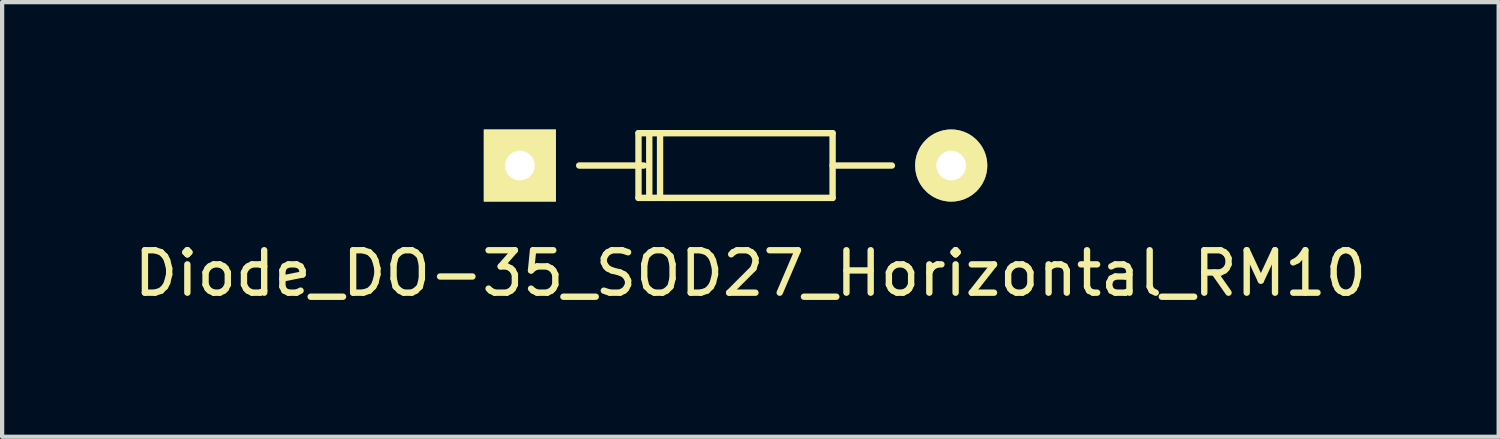
<source format=kicad_pcb>
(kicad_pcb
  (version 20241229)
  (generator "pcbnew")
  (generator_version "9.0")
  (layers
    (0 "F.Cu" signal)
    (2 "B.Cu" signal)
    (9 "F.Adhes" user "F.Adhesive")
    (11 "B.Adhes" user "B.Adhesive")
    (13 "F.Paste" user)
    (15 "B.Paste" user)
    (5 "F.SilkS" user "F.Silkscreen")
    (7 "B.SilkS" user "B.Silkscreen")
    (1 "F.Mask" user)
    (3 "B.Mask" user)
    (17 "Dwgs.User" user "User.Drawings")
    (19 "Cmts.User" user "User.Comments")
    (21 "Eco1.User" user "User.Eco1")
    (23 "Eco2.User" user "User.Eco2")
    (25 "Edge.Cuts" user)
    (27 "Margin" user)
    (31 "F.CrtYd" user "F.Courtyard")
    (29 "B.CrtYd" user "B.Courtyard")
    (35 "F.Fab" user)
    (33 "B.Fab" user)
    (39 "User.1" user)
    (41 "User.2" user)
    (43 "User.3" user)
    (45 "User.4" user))
  (footprint "Diode_DO-35_SOD27_Horizontal_RM10"
    (layer "F.Cu")
    (at 9.194 0.852)
    (property "Reference" "Diode_DO-35_SOD27_Horizontal_RM10" (at 5.431 2.537 0) (layer "F.SilkS") (effects (font (size 1 1) (thickness 0.15))))
    (attr through_hole)
    (fp_line (start 2.795 -0.765) (end 2.795 -0.003) (stroke (width 0.15) (type solid)) (layer "F.SilkS"))
    (fp_line (start 2.795 -0.003) (end 2.795 0.759) (stroke (width 0.15) (type solid)) (layer "F.SilkS"))
    (fp_line (start 2.795 0.759) (end 7.367 0.759) (stroke (width 0.15) (type solid)) (layer "F.SilkS"))
    (fp_line (start 2.922 -0.003) (end 1.398 -0.003) (stroke (width 0.15) (type solid)) (layer "F.SilkS"))
    (fp_line (start 3.049 -0.765) (end 3.049 0.759) (stroke (width 0.15) (type solid)) (layer "F.SilkS"))
    (fp_line (start 3.303 -0.765) (end 3.303 0.759) (stroke (width 0.15) (type solid)) (layer "F.SilkS"))
    (fp_line (start 7.367 -0.765) (end 2.795 -0.765) (stroke (width 0.15) (type solid)) (layer "F.SilkS"))
    (fp_line (start 7.367 -0.003) (end 8.764 -0.003) (stroke (width 0.15) (type solid)) (layer "F.SilkS"))
    (fp_line (start 7.367 0.759) (end 7.367 -0.765) (stroke (width 0.15) (type solid)) (layer "F.SilkS"))
    (pad "1" thru_hole circle (at 10.161 -0.003 180) (size 1.699 1.699) (drill 0.701) (layers "*.Cu" "*.Mask" "F.SilkS"))
    (pad "2" thru_hole rect (at 0.001 -0.003 180) (size 1.699 1.699) (drill 0.701) (layers "*.Cu" "*.Mask" "F.SilkS")))
  (gr_rect
    (start -3 -3)
    (end 32.25 7.238)
    (stroke (width 0.1) (type default))
    (fill no)
    (layer "Edge.Cuts")))
</source>
